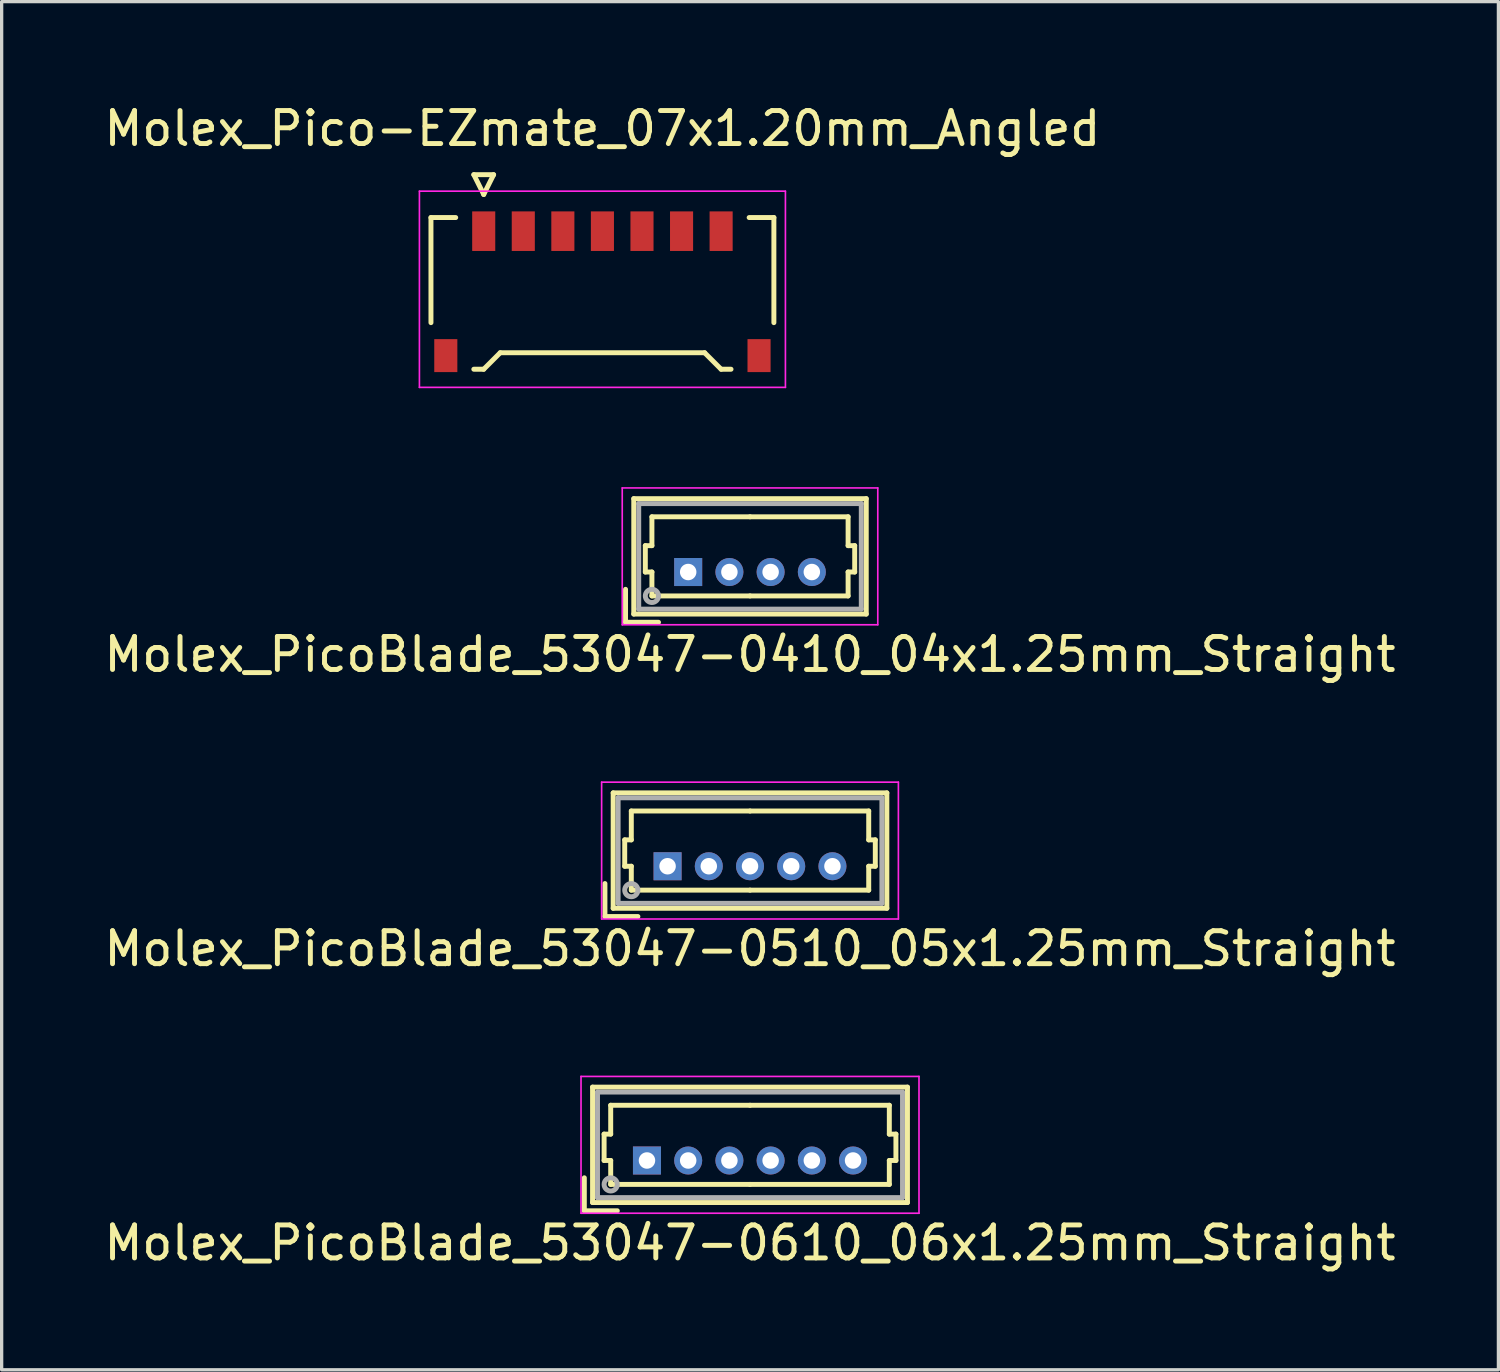
<source format=kicad_pcb>
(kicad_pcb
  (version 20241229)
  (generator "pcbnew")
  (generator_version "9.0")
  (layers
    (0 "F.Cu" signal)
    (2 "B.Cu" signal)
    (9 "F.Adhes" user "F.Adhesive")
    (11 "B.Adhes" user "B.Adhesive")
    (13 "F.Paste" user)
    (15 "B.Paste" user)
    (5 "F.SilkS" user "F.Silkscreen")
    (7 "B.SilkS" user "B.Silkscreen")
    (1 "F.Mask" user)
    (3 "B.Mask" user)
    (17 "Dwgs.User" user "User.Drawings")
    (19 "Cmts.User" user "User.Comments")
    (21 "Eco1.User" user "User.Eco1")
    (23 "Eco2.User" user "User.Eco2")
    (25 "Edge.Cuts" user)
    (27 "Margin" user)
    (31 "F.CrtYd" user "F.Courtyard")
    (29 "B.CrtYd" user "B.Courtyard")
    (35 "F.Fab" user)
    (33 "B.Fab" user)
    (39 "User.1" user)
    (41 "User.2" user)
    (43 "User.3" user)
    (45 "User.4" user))
  (footprint "Molex_PicoBlade_53047-0410_04x1.25mm_Straight"
    (layer "F.Cu")
    (at 17.821 14.298)
    (property "Reference" "Molex_PicoBlade_53047-0410_04x1.25mm_Straight" (at 1.875 2.5 0) (layer "F.SilkS") (effects (font (size 1 1) (thickness 0.15))))
    (attr through_hole)
    (fp_line (start -1.9 1.525) (end -1.9 0.525) (stroke (width 0.15) (type solid)) (layer "F.SilkS"))
    (fp_line (start -1.9 1.525) (end -0.9 1.525) (stroke (width 0.15) (type solid)) (layer "F.SilkS"))
    (fp_line (start -1.65 -2.225) (end -1.65 1.275) (stroke (width 0.15) (type solid)) (layer "F.SilkS"))
    (fp_line (start -1.65 1.275) (end 5.4 1.275) (stroke (width 0.15) (type solid)) (layer "F.SilkS"))
    (fp_line (start -1.3 -0.8) (end -1.1 -0.8) (stroke (width 0.15) (type solid)) (layer "F.SilkS"))
    (fp_line (start -1.3 0) (end -1.3 -0.8) (stroke (width 0.15) (type solid)) (layer "F.SilkS"))
    (fp_line (start -1.1 -1.675) (end 1.875 -1.675) (stroke (width 0.15) (type solid)) (layer "F.SilkS"))
    (fp_line (start -1.1 -0.8) (end -1.1 -1.675) (stroke (width 0.15) (type solid)) (layer "F.SilkS"))
    (fp_line (start -1.1 0) (end -1.3 0) (stroke (width 0.15) (type solid)) (layer "F.SilkS"))
    (fp_line (start -1.1 0.725) (end -1.1 0) (stroke (width 0.15) (type solid)) (layer "F.SilkS"))
    (fp_line (start 1.875 0.725) (end -1.1 0.725) (stroke (width 0.15) (type solid)) (layer "F.SilkS"))
    (fp_line (start 1.875 0.725) (end 4.85 0.725) (stroke (width 0.15) (type solid)) (layer "F.SilkS"))
    (fp_line (start 4.85 -1.675) (end 1.875 -1.675) (stroke (width 0.15) (type solid)) (layer "F.SilkS"))
    (fp_line (start 4.85 -0.8) (end 4.85 -1.675) (stroke (width 0.15) (type solid)) (layer "F.SilkS"))
    (fp_line (start 4.85 0) (end 5.05 0) (stroke (width 0.15) (type solid)) (layer "F.SilkS"))
    (fp_line (start 4.85 0.725) (end 4.85 0) (stroke (width 0.15) (type solid)) (layer "F.SilkS"))
    (fp_line (start 5.05 -0.8) (end 4.85 -0.8) (stroke (width 0.15) (type solid)) (layer "F.SilkS"))
    (fp_line (start 5.05 0) (end 5.05 -0.8) (stroke (width 0.15) (type solid)) (layer "F.SilkS"))
    (fp_line (start 5.4 -2.225) (end -1.65 -2.225) (stroke (width 0.15) (type solid)) (layer "F.SilkS"))
    (fp_line (start 5.4 1.275) (end 5.4 -2.225) (stroke (width 0.15) (type solid)) (layer "F.SilkS"))
    (fp_line (start -2 -2.55) (end -2 1.6) (stroke (width 0.05) (type solid)) (layer "F.CrtYd"))
    (fp_line (start -2 1.6) (end 5.75 1.6) (stroke (width 0.05) (type solid)) (layer "F.CrtYd"))
    (fp_line (start 5.75 -2.55) (end -2 -2.55) (stroke (width 0.05) (type solid)) (layer "F.CrtYd"))
    (fp_line (start 5.75 1.6) (end 5.75 -2.55) (stroke (width 0.05) (type solid)) (layer "F.CrtYd"))
    (fp_line (start -1.5 -2.075) (end -1.5 1.125) (stroke (width 0.15) (type solid)) (layer "F.Fab"))
    (fp_line (start -1.5 1.125) (end 5.25 1.125) (stroke (width 0.15) (type solid)) (layer "F.Fab"))
    (fp_line (start 5.25 -2.075) (end -1.5 -2.075) (stroke (width 0.15) (type solid)) (layer "F.Fab"))
    (fp_line (start 5.25 1.125) (end 5.25 -2.075) (stroke (width 0.15) (type solid)) (layer "F.Fab"))
    (fp_circle (center -1.1 0.725) (end -0.9 0.725) (stroke (width 0.15) (type solid)) (fill no) (layer "F.Fab"))
    (pad "1" thru_hole rect (at 0 0) (size 0.85 0.85) (drill 0.5) (layers "*.Cu" "*.Mask"))
    (pad "2" thru_hole circle (at 1.25 0) (size 0.85 0.85) (drill 0.5) (layers "*.Cu" "*.Mask"))
    (pad "3" thru_hole circle (at 2.5 0) (size 0.85 0.85) (drill 0.5) (layers "*.Cu" "*.Mask"))
    (pad "4" thru_hole circle (at 3.75 0) (size 0.85 0.85) (drill 0.5) (layers "*.Cu" "*.Mask")))
  (footprint "Molex_PicoBlade_53047-0610_06x1.25mm_Straight"
    (layer "F.Cu")
    (at 16.571 32.145)
    (property "Reference" "Molex_PicoBlade_53047-0610_06x1.25mm_Straight" (at 3.125 2.5 0) (layer "F.SilkS") (effects (font (size 1 1) (thickness 0.15))))
    (attr through_hole)
    (fp_line (start -1.9 1.525) (end -1.9 0.525) (stroke (width 0.15) (type solid)) (layer "F.SilkS"))
    (fp_line (start -1.9 1.525) (end -0.9 1.525) (stroke (width 0.15) (type solid)) (layer "F.SilkS"))
    (fp_line (start -1.65 -2.225) (end -1.65 1.275) (stroke (width 0.15) (type solid)) (layer "F.SilkS"))
    (fp_line (start -1.65 1.275) (end 7.9 1.275) (stroke (width 0.15) (type solid)) (layer "F.SilkS"))
    (fp_line (start -1.3 -0.8) (end -1.1 -0.8) (stroke (width 0.15) (type solid)) (layer "F.SilkS"))
    (fp_line (start -1.3 0) (end -1.3 -0.8) (stroke (width 0.15) (type solid)) (layer "F.SilkS"))
    (fp_line (start -1.1 -1.675) (end 3.125 -1.675) (stroke (width 0.15) (type solid)) (layer "F.SilkS"))
    (fp_line (start -1.1 -0.8) (end -1.1 -1.675) (stroke (width 0.15) (type solid)) (layer "F.SilkS"))
    (fp_line (start -1.1 0) (end -1.3 0) (stroke (width 0.15) (type solid)) (layer "F.SilkS"))
    (fp_line (start -1.1 0.725) (end -1.1 0) (stroke (width 0.15) (type solid)) (layer "F.SilkS"))
    (fp_line (start 3.125 0.725) (end -1.1 0.725) (stroke (width 0.15) (type solid)) (layer "F.SilkS"))
    (fp_line (start 3.125 0.725) (end 7.35 0.725) (stroke (width 0.15) (type solid)) (layer "F.SilkS"))
    (fp_line (start 7.35 -1.675) (end 3.125 -1.675) (stroke (width 0.15) (type solid)) (layer "F.SilkS"))
    (fp_line (start 7.35 -0.8) (end 7.35 -1.675) (stroke (width 0.15) (type solid)) (layer "F.SilkS"))
    (fp_line (start 7.35 0) (end 7.55 0) (stroke (width 0.15) (type solid)) (layer "F.SilkS"))
    (fp_line (start 7.35 0.725) (end 7.35 0) (stroke (width 0.15) (type solid)) (layer "F.SilkS"))
    (fp_line (start 7.55 -0.8) (end 7.35 -0.8) (stroke (width 0.15) (type solid)) (layer "F.SilkS"))
    (fp_line (start 7.55 0) (end 7.55 -0.8) (stroke (width 0.15) (type solid)) (layer "F.SilkS"))
    (fp_line (start 7.9 -2.225) (end -1.65 -2.225) (stroke (width 0.15) (type solid)) (layer "F.SilkS"))
    (fp_line (start 7.9 1.275) (end 7.9 -2.225) (stroke (width 0.15) (type solid)) (layer "F.SilkS"))
    (fp_line (start -2 -2.55) (end -2 1.6) (stroke (width 0.05) (type solid)) (layer "F.CrtYd"))
    (fp_line (start -2 1.6) (end 8.25 1.6) (stroke (width 0.05) (type solid)) (layer "F.CrtYd"))
    (fp_line (start 8.25 -2.55) (end -2 -2.55) (stroke (width 0.05) (type solid)) (layer "F.CrtYd"))
    (fp_line (start 8.25 1.6) (end 8.25 -2.55) (stroke (width 0.05) (type solid)) (layer "F.CrtYd"))
    (fp_line (start -1.5 -2.075) (end -1.5 1.125) (stroke (width 0.15) (type solid)) (layer "F.Fab"))
    (fp_line (start -1.5 1.125) (end 7.75 1.125) (stroke (width 0.15) (type solid)) (layer "F.Fab"))
    (fp_line (start 7.75 -2.075) (end -1.5 -2.075) (stroke (width 0.15) (type solid)) (layer "F.Fab"))
    (fp_line (start 7.75 1.125) (end 7.75 -2.075) (stroke (width 0.15) (type solid)) (layer "F.Fab"))
    (fp_circle (center -1.1 0.725) (end -0.9 0.725) (stroke (width 0.15) (type solid)) (fill no) (layer "F.Fab"))
    (pad "1" thru_hole rect (at 0 0) (size 0.85 0.85) (drill 0.5) (layers "*.Cu" "*.Mask"))
    (pad "2" thru_hole circle (at 1.25 0) (size 0.85 0.85) (drill 0.5) (layers "*.Cu" "*.Mask"))
    (pad "3" thru_hole circle (at 2.5 0) (size 0.85 0.85) (drill 0.5) (layers "*.Cu" "*.Mask"))
    (pad "4" thru_hole circle (at 3.75 0) (size 0.85 0.85) (drill 0.5) (layers "*.Cu" "*.Mask"))
    (pad "5" thru_hole circle (at 5 0) (size 0.85 0.85) (drill 0.5) (layers "*.Cu" "*.Mask"))
    (pad "6" thru_hole circle (at 6.25 0) (size 0.85 0.85) (drill 0.5) (layers "*.Cu" "*.Mask")))
  (footprint "Molex_PicoBlade_53047-0510_05x1.25mm_Straight"
    (layer "F.Cu")
    (at 17.196 23.221)
    (property "Reference" "Molex_PicoBlade_53047-0510_05x1.25mm_Straight" (at 2.5 2.5 0) (layer "F.SilkS") (effects (font (size 1 1) (thickness 0.15))))
    (attr through_hole)
    (fp_line (start -1.9 1.525) (end -1.9 0.525) (stroke (width 0.15) (type solid)) (layer "F.SilkS"))
    (fp_line (start -1.9 1.525) (end -0.9 1.525) (stroke (width 0.15) (type solid)) (layer "F.SilkS"))
    (fp_line (start -1.65 -2.225) (end -1.65 1.275) (stroke (width 0.15) (type solid)) (layer "F.SilkS"))
    (fp_line (start -1.65 1.275) (end 6.65 1.275) (stroke (width 0.15) (type solid)) (layer "F.SilkS"))
    (fp_line (start -1.3 -0.8) (end -1.1 -0.8) (stroke (width 0.15) (type solid)) (layer "F.SilkS"))
    (fp_line (start -1.3 0) (end -1.3 -0.8) (stroke (width 0.15) (type solid)) (layer "F.SilkS"))
    (fp_line (start -1.1 -1.675) (end 2.5 -1.675) (stroke (width 0.15) (type solid)) (layer "F.SilkS"))
    (fp_line (start -1.1 -0.8) (end -1.1 -1.675) (stroke (width 0.15) (type solid)) (layer "F.SilkS"))
    (fp_line (start -1.1 0) (end -1.3 0) (stroke (width 0.15) (type solid)) (layer "F.SilkS"))
    (fp_line (start -1.1 0.725) (end -1.1 0) (stroke (width 0.15) (type solid)) (layer "F.SilkS"))
    (fp_line (start 2.5 0.725) (end -1.1 0.725) (stroke (width 0.15) (type solid)) (layer "F.SilkS"))
    (fp_line (start 2.5 0.725) (end 6.1 0.725) (stroke (width 0.15) (type solid)) (layer "F.SilkS"))
    (fp_line (start 6.1 -1.675) (end 2.5 -1.675) (stroke (width 0.15) (type solid)) (layer "F.SilkS"))
    (fp_line (start 6.1 -0.8) (end 6.1 -1.675) (stroke (width 0.15) (type solid)) (layer "F.SilkS"))
    (fp_line (start 6.1 0) (end 6.3 0) (stroke (width 0.15) (type solid)) (layer "F.SilkS"))
    (fp_line (start 6.1 0.725) (end 6.1 0) (stroke (width 0.15) (type solid)) (layer "F.SilkS"))
    (fp_line (start 6.3 -0.8) (end 6.1 -0.8) (stroke (width 0.15) (type solid)) (layer "F.SilkS"))
    (fp_line (start 6.3 0) (end 6.3 -0.8) (stroke (width 0.15) (type solid)) (layer "F.SilkS"))
    (fp_line (start 6.65 -2.225) (end -1.65 -2.225) (stroke (width 0.15) (type solid)) (layer "F.SilkS"))
    (fp_line (start 6.65 1.275) (end 6.65 -2.225) (stroke (width 0.15) (type solid)) (layer "F.SilkS"))
    (fp_line (start -2 -2.55) (end -2 1.6) (stroke (width 0.05) (type solid)) (layer "F.CrtYd"))
    (fp_line (start -2 1.6) (end 7 1.6) (stroke (width 0.05) (type solid)) (layer "F.CrtYd"))
    (fp_line (start 7 -2.55) (end -2 -2.55) (stroke (width 0.05) (type solid)) (layer "F.CrtYd"))
    (fp_line (start 7 1.6) (end 7 -2.55) (stroke (width 0.05) (type solid)) (layer "F.CrtYd"))
    (fp_line (start -1.5 -2.075) (end -1.5 1.125) (stroke (width 0.15) (type solid)) (layer "F.Fab"))
    (fp_line (start -1.5 1.125) (end 6.5 1.125) (stroke (width 0.15) (type solid)) (layer "F.Fab"))
    (fp_line (start 6.5 -2.075) (end -1.5 -2.075) (stroke (width 0.15) (type solid)) (layer "F.Fab"))
    (fp_line (start 6.5 1.125) (end 6.5 -2.075) (stroke (width 0.15) (type solid)) (layer "F.Fab"))
    (fp_circle (center -1.1 0.725) (end -0.9 0.725) (stroke (width 0.15) (type solid)) (fill no) (layer "F.Fab"))
    (pad "1" thru_hole rect (at 0 0) (size 0.85 0.85) (drill 0.5) (layers "*.Cu" "*.Mask"))
    (pad "2" thru_hole circle (at 1.25 0) (size 0.85 0.85) (drill 0.5) (layers "*.Cu" "*.Mask"))
    (pad "3" thru_hole circle (at 2.5 0) (size 0.85 0.85) (drill 0.5) (layers "*.Cu" "*.Mask"))
    (pad "4" thru_hole circle (at 3.75 0) (size 0.85 0.85) (drill 0.5) (layers "*.Cu" "*.Mask"))
    (pad "5" thru_hole circle (at 5 0) (size 0.85 0.85) (drill 0.5) (layers "*.Cu" "*.Mask")))
  (footprint "Molex_Pico-EZmate_07x1.20mm_Angled"
    (layer "F.Cu")
    (at 15.22 5.848)
    (property "Reference" "Molex_Pico-EZmate_07x1.20mm_Angled" (at 0 -5 0) (layer "F.SilkS") (effects (font (size 1 1) (thickness 0.15))))
    (attr smd)
    (fp_line (start -5.2 -2.3) (end -5.2 0.887) (stroke (width 0.15) (type solid)) (layer "F.SilkS"))
    (fp_line (start -4.45 -2.3) (end -5.2 -2.3) (stroke (width 0.15) (type solid)) (layer "F.SilkS"))
    (fp_line (start -3.9 -3.6) (end -3.6 -3) (stroke (width 0.15) (type solid)) (layer "F.SilkS"))
    (fp_line (start -3.9 2.3) (end -3.6 2.3) (stroke (width 0.15) (type solid)) (layer "F.SilkS"))
    (fp_line (start -3.6 -3) (end -3.3 -3.6) (stroke (width 0.15) (type solid)) (layer "F.SilkS"))
    (fp_line (start -3.6 2.3) (end -3.1 1.8) (stroke (width 0.15) (type solid)) (layer "F.SilkS"))
    (fp_line (start -3.3 -3.6) (end -3.9 -3.6) (stroke (width 0.15) (type solid)) (layer "F.SilkS"))
    (fp_line (start -3.1 1.8) (end 3.1 1.8) (stroke (width 0.15) (type solid)) (layer "F.SilkS"))
    (fp_line (start 3.1 1.8) (end 3.6 2.3) (stroke (width 0.15) (type solid)) (layer "F.SilkS"))
    (fp_line (start 3.6 2.3) (end 3.9 2.3) (stroke (width 0.15) (type solid)) (layer "F.SilkS"))
    (fp_line (start 4.45 -2.3) (end 5.2 -2.3) (stroke (width 0.15) (type solid)) (layer "F.SilkS"))
    (fp_line (start 5.2 -2.3) (end 5.2 0.887) (stroke (width 0.15) (type solid)) (layer "F.SilkS"))
    (fp_line (start -5.55 -3.1) (end -5.55 2.85) (stroke (width 0.05) (type solid)) (layer "F.CrtYd"))
    (fp_line (start -5.55 2.85) (end 5.55 2.85) (stroke (width 0.05) (type solid)) (layer "F.CrtYd"))
    (fp_line (start 5.55 -3.1) (end -5.55 -3.1) (stroke (width 0.05) (type solid)) (layer "F.CrtYd"))
    (fp_line (start 5.55 2.85) (end 5.55 -3.1) (stroke (width 0.05) (type solid)) (layer "F.CrtYd"))
    (pad "" smd rect (at -4.75 1.887) (size 0.7 1) (layers "F.Cu" "F.Mask" "F.Paste"))
    (pad "" smd rect (at 4.75 1.887) (size 0.7 1) (layers "F.Cu" "F.Mask" "F.Paste"))
    (pad "1" smd rect (at -3.6 -1.887) (size 0.7 1.2) (layers "F.Cu" "F.Mask" "F.Paste"))
    (pad "2" smd rect (at -2.4 -1.887) (size 0.7 1.2) (layers "F.Cu" "F.Mask" "F.Paste"))
    (pad "3" smd rect (at -1.2 -1.887) (size 0.7 1.2) (layers "F.Cu" "F.Mask" "F.Paste"))
    (pad "4" smd rect (at 0 -1.887) (size 0.7 1.2) (layers "F.Cu" "F.Mask" "F.Paste"))
    (pad "5" smd rect (at 1.2 -1.887) (size 0.7 1.2) (layers "F.Cu" "F.Mask" "F.Paste"))
    (pad "6" smd rect (at 2.4 -1.887) (size 0.7 1.2) (layers "F.Cu" "F.Mask" "F.Paste"))
    (pad "7" smd rect (at 3.6 -1.887) (size 0.7 1.2) (layers "F.Cu" "F.Mask" "F.Paste")))
  (gr_rect
    (start -3 -3)
    (end 42.393 38.493)
    (stroke (width 0.1) (type default))
    (fill no)
    (layer "Edge.Cuts")))
</source>
